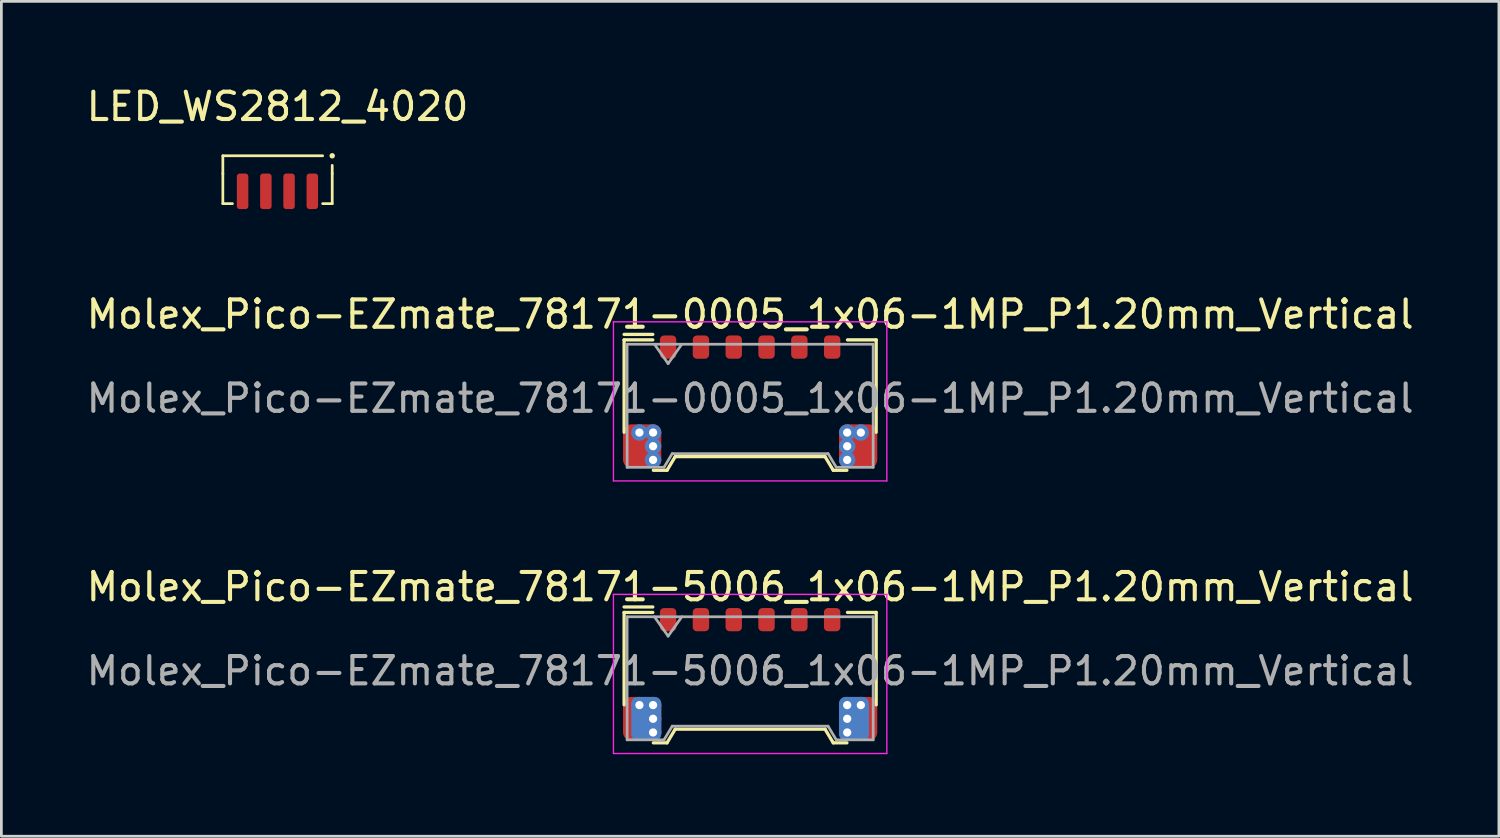
<source format=kicad_pcb>
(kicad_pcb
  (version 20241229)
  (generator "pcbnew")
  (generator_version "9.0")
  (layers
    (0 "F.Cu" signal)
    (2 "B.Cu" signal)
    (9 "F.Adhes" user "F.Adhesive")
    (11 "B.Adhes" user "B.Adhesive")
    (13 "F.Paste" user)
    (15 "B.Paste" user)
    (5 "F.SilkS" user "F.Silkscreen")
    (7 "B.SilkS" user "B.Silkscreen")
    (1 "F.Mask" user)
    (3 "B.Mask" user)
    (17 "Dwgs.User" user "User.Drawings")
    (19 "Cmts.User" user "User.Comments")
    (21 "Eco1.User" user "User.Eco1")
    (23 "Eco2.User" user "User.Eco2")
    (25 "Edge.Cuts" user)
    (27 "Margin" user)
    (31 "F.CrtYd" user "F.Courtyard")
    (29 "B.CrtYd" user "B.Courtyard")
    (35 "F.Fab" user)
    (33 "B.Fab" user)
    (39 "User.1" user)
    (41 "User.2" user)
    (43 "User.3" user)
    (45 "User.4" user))
  (footprint "Molex_Pico-EZmate_78171-0005_1x06-1MP_P1.20mm_Vertical"
    (layer "F.Cu")
    (at 24.387 11.521)
    (property "Reference" "Molex_Pico-EZmate_78171-0005_1x06-1MP_P1.20mm_Vertical" (at 0 -3.075 0) (layer "F.SilkS") (effects (font (size 1 1) (thickness 0.15))))
    (attr smd)
    (fp_line (start -4.61 -2.14) (end -3.56 -2.14) (stroke (width 0.12) (type solid)) (layer "F.SilkS"))
    (fp_line (start -4.61 1.24) (end -4.61 -2.14) (stroke (width 0.12) (type solid)) (layer "F.SilkS"))
    (fp_line (start -3.56 -2.34) (end -4.61 -2.34) (stroke (width 0.12) (type default)) (layer "F.SilkS"))
    (fp_line (start -3.54 2.63) (end -3.04 2.63) (stroke (width 0.12) (type solid)) (layer "F.SilkS"))
    (fp_line (start -3.04 2.63) (end -2.74 2.13) (stroke (width 0.12) (type solid)) (layer "F.SilkS"))
    (fp_line (start -2.74 2.13) (end 2.74 2.13) (stroke (width 0.12) (type solid)) (layer "F.SilkS"))
    (fp_line (start 2.74 2.13) (end 3.04 2.63) (stroke (width 0.12) (type solid)) (layer "F.SilkS"))
    (fp_line (start 3.04 2.63) (end 3.54 2.63) (stroke (width 0.12) (type solid)) (layer "F.SilkS"))
    (fp_line (start 4.61 -2.14) (end 3.56 -2.14) (stroke (width 0.12) (type solid)) (layer "F.SilkS"))
    (fp_line (start 4.61 1.24) (end 4.61 -2.14) (stroke (width 0.12) (type solid)) (layer "F.SilkS"))
    (fp_line (start -5 -2.8) (end -5 3.02) (stroke (width 0.05) (type solid)) (layer "F.CrtYd"))
    (fp_line (start -5 3.02) (end 5 3.02) (stroke (width 0.05) (type solid)) (layer "F.CrtYd"))
    (fp_line (start 5 -2.8) (end -5 -2.8) (stroke (width 0.05) (type solid)) (layer "F.CrtYd"))
    (fp_line (start 5 3.02) (end 5 -2.8) (stroke (width 0.05) (type solid)) (layer "F.CrtYd"))
    (fp_line (start -4.5 -1.98) (end -4.5 2.52) (stroke (width 0.1) (type solid)) (layer "F.Fab"))
    (fp_line (start -4.5 -1.98) (end 4.5 -1.98) (stroke (width 0.1) (type solid)) (layer "F.Fab"))
    (fp_line (start -4.5 2.52) (end -3.15 2.52) (stroke (width 0.1) (type solid)) (layer "F.Fab"))
    (fp_line (start -3.5 -1.98) (end -3 -1.273) (stroke (width 0.1) (type solid)) (layer "F.Fab"))
    (fp_line (start -3.15 2.52) (end -2.85 2.02) (stroke (width 0.1) (type solid)) (layer "F.Fab"))
    (fp_line (start -3 -1.273) (end -2.5 -1.98) (stroke (width 0.1) (type solid)) (layer "F.Fab"))
    (fp_line (start -2.85 2.02) (end 2.85 2.02) (stroke (width 0.1) (type solid)) (layer "F.Fab"))
    (fp_line (start 2.85 2.02) (end 3.15 2.52) (stroke (width 0.1) (type solid)) (layer "F.Fab"))
    (fp_line (start 3.15 2.52) (end 4.5 2.52) (stroke (width 0.1) (type solid)) (layer "F.Fab"))
    (fp_line (start 4.5 -1.98) (end 4.5 2.52) (stroke (width 0.1) (type solid)) (layer "F.Fab"))
    (fp_text user "${REFERENCE}" (at 0 0 0) (layer "F.Fab") (effects (font (size 1 1) (thickness 0.15))))
    (pad "1" smd roundrect (at -3 -1.875) (size 0.6 0.85) (layers "F.Cu" "F.Mask" "F.Paste") (roundrect_rratio 0.25))
    (pad "2" smd roundrect (at -1.8 -1.875) (size 0.6 0.85) (layers "F.Cu" "F.Mask" "F.Paste") (roundrect_rratio 0.25))
    (pad "3" smd roundrect (at -0.6 -1.875) (size 0.6 0.85) (layers "F.Cu" "F.Mask" "F.Paste") (roundrect_rratio 0.25))
    (pad "4" smd roundrect (at 0.6 -1.875) (size 0.6 0.85) (layers "F.Cu" "F.Mask" "F.Paste") (roundrect_rratio 0.25))
    (pad "5" smd roundrect (at 1.8 -1.875) (size 0.6 0.85) (layers "F.Cu" "F.Mask" "F.Paste") (roundrect_rratio 0.25))
    (pad "6" smd roundrect (at 3 -1.875) (size 0.6 0.85) (layers "F.Cu" "F.Mask" "F.Paste") (roundrect_rratio 0.25))
    (pad "MP" smd roundrect (at -4.15 1.9) (size 0.7 0.8) (layers "F.Cu" "F.Mask" "F.Paste") (roundrect_rratio 0.25))
    (pad "MP" thru_hole circle (at -4.05 1.25) (size 0.6 0.6) (drill 0.3) (layers "*.Cu"))
    (pad "MP" thru_hole circle (at -3.55 1.25) (size 0.6 0.6) (drill 0.3) (layers "*.Cu"))
    (pad "MP" thru_hole circle (at -3.55 1.75) (size 0.6 0.6) (drill 0.3) (layers "*.Cu"))
    (pad "MP" thru_hole circle (at -3.55 2.25) (size 0.6 0.6) (drill 0.3) (layers "*.Cu"))
    (pad "MP" thru_hole circle (at 3.55 1.25) (size 0.6 0.6) (drill 0.3) (layers "*.Cu"))
    (pad "MP" thru_hole circle (at 3.55 1.75) (size 0.6 0.6) (drill 0.3) (layers "*.Cu"))
    (pad "MP" thru_hole circle (at 3.55 2.25) (size 0.6 0.6) (drill 0.3) (layers "*.Cu"))
    (pad "MP" thru_hole circle (at 4.05 1.25) (size 0.6 0.6) (drill 0.3) (layers "*.Cu"))
    (pad "MP" smd roundrect (at 4.15 1.9) (size 0.7 0.8) (layers "F.Cu" "F.Mask" "F.Paste") (roundrect_rratio 0.25))
    (pad "MP0" smd roundrect (at -3.95 1.75) (size 1.4 1.6) (layers "F.Cu") (roundrect_rratio 0.214))
    (pad "MP0" smd roundrect (at 3.95 1.75) (size 1.4 1.6) (layers "F.Cu") (roundrect_rratio 0.214)))
  (footprint "Molex_Pico-EZmate_78171-5006_1x06-1MP_P1.20mm_Vertical"
    (layer "F.Cu")
    (at 24.387 21.49)
    (property "Reference" "Molex_Pico-EZmate_78171-5006_1x06-1MP_P1.20mm_Vertical" (at 0 -3.075 0) (layer "F.SilkS") (effects (font (size 1 1) (thickness 0.15))))
    (attr smd)
    (fp_line (start -4.61 -2.14) (end -3.56 -2.14) (stroke (width 0.12) (type solid)) (layer "F.SilkS"))
    (fp_line (start -4.61 1.24) (end -4.61 -2.14) (stroke (width 0.12) (type solid)) (layer "F.SilkS"))
    (fp_line (start -3.56 -2.34) (end -4.61 -2.34) (stroke (width 0.12) (type default)) (layer "F.SilkS"))
    (fp_line (start -3.54 2.63) (end -3.04 2.63) (stroke (width 0.12) (type solid)) (layer "F.SilkS"))
    (fp_line (start -3.04 2.63) (end -2.74 2.13) (stroke (width 0.12) (type solid)) (layer "F.SilkS"))
    (fp_line (start -2.74 2.13) (end 2.74 2.13) (stroke (width 0.12) (type solid)) (layer "F.SilkS"))
    (fp_line (start 2.74 2.13) (end 3.04 2.63) (stroke (width 0.12) (type solid)) (layer "F.SilkS"))
    (fp_line (start 3.04 2.63) (end 3.54 2.63) (stroke (width 0.12) (type solid)) (layer "F.SilkS"))
    (fp_line (start 4.61 -2.14) (end 3.56 -2.14) (stroke (width 0.12) (type solid)) (layer "F.SilkS"))
    (fp_line (start 4.61 1.24) (end 4.61 -2.14) (stroke (width 0.12) (type solid)) (layer "F.SilkS"))
    (fp_line (start -5 -2.8) (end -5 3.02) (stroke (width 0.05) (type solid)) (layer "F.CrtYd"))
    (fp_line (start -5 3.02) (end 5 3.02) (stroke (width 0.05) (type solid)) (layer "F.CrtYd"))
    (fp_line (start 5 -2.8) (end -5 -2.8) (stroke (width 0.05) (type solid)) (layer "F.CrtYd"))
    (fp_line (start 5 3.02) (end 5 -2.8) (stroke (width 0.05) (type solid)) (layer "F.CrtYd"))
    (fp_line (start -4.5 -1.98) (end -4.5 2.52) (stroke (width 0.1) (type solid)) (layer "F.Fab"))
    (fp_line (start -4.5 -1.98) (end 4.5 -1.98) (stroke (width 0.1) (type solid)) (layer "F.Fab"))
    (fp_line (start -4.5 2.52) (end -3.15 2.52) (stroke (width 0.1) (type solid)) (layer "F.Fab"))
    (fp_line (start -3.5 -1.98) (end -3 -1.273) (stroke (width 0.1) (type solid)) (layer "F.Fab"))
    (fp_line (start -3.15 2.52) (end -2.85 2.02) (stroke (width 0.1) (type solid)) (layer "F.Fab"))
    (fp_line (start -3 -1.273) (end -2.5 -1.98) (stroke (width 0.1) (type solid)) (layer "F.Fab"))
    (fp_line (start -2.85 2.02) (end 2.85 2.02) (stroke (width 0.1) (type solid)) (layer "F.Fab"))
    (fp_line (start 2.85 2.02) (end 3.15 2.52) (stroke (width 0.1) (type solid)) (layer "F.Fab"))
    (fp_line (start 3.15 2.52) (end 4.5 2.52) (stroke (width 0.1) (type solid)) (layer "F.Fab"))
    (fp_line (start 4.5 -1.98) (end 4.5 2.52) (stroke (width 0.1) (type solid)) (layer "F.Fab"))
    (fp_text user "${REFERENCE}" (at 0 0 0) (layer "F.Fab") (effects (font (size 1 1) (thickness 0.15))))
    (pad "1" smd roundrect (at -3 -1.875) (size 0.6 0.85) (layers "F.Cu" "F.Mask" "F.Paste") (roundrect_rratio 0.25))
    (pad "2" smd roundrect (at -1.8 -1.875) (size 0.6 0.85) (layers "F.Cu" "F.Mask" "F.Paste") (roundrect_rratio 0.25))
    (pad "3" smd roundrect (at -0.6 -1.875) (size 0.6 0.85) (layers "F.Cu" "F.Mask" "F.Paste") (roundrect_rratio 0.25))
    (pad "4" smd roundrect (at 0.6 -1.875) (size 0.6 0.85) (layers "F.Cu" "F.Mask" "F.Paste") (roundrect_rratio 0.25))
    (pad "5" smd roundrect (at 1.8 -1.875) (size 0.6 0.85) (layers "F.Cu" "F.Mask" "F.Paste") (roundrect_rratio 0.25))
    (pad "6" smd roundrect (at 3 -1.875) (size 0.6 0.85) (layers "F.Cu" "F.Mask" "F.Paste") (roundrect_rratio 0.25))
    (pad "MP" smd roundrect (at -4.15 1.9) (size 0.7 0.8) (layers "F.Cu" "F.Mask" "F.Paste") (roundrect_rratio 0.25))
    (pad "MP" thru_hole circle (at -4.05 1.25) (size 0.6 0.6) (drill 0.3) (layers "*.Cu"))
    (pad "MP" smd roundrect (at -3.95 1.75) (size 1.4 1.6) (layers "F.Cu") (roundrect_rratio 0.214))
    (pad "MP" smd roundrect (at -3.8 1.75) (size 1.1 1.6) (layers "B.Cu") (roundrect_rratio 0.214))
    (pad "MP" thru_hole circle (at -3.55 1.25) (size 0.6 0.6) (drill 0.3) (layers "*.Cu"))
    (pad "MP" thru_hole circle (at -3.55 1.75) (size 0.6 0.6) (drill 0.3) (layers "*.Cu"))
    (pad "MP" thru_hole circle (at -3.55 2.25) (size 0.6 0.6) (drill 0.3) (layers "*.Cu"))
    (pad "MP" thru_hole circle (at 3.55 1.25) (size 0.6 0.6) (drill 0.3) (layers "*.Cu"))
    (pad "MP" thru_hole circle (at 3.55 1.75) (size 0.6 0.6) (drill 0.3) (layers "*.Cu"))
    (pad "MP" thru_hole circle (at 3.55 2.25) (size 0.6 0.6) (drill 0.3) (layers "*.Cu"))
    (pad "MP" smd roundrect (at 3.8 1.75) (size 1.1 1.6) (layers "B.Cu") (roundrect_rratio 0.214))
    (pad "MP" smd roundrect (at 3.95 1.75) (size 1.4 1.6) (layers "F.Cu") (roundrect_rratio 0.214))
    (pad "MP" thru_hole circle (at 4.05 1.25) (size 0.6 0.6) (drill 0.3) (layers "*.Cu"))
    (pad "MP" smd roundrect (at 4.15 1.9) (size 0.7 0.8) (layers "F.Cu" "F.Mask" "F.Paste") (roundrect_rratio 0.25)))
  (footprint "LED_WS2812_4020"
    (layer "F.Cu")
    (at 7.101 3.298)
    (property "Reference" "LED_WS2812_4020" (at 0 -2.45 0) (layer "F.SilkS") (effects (font (size 1 1) (thickness 0.15))))
    (attr smd)
    (fp_line (start -2 -0.65) (end 1.65 -0.65) (stroke (width 0.1) (type default)) (layer "F.SilkS"))
    (fp_line (start -2 0) (end -2 -0.65) (stroke (width 0.1) (type default)) (layer "F.SilkS"))
    (fp_line (start -2 0) (end -2 1.1) (stroke (width 0.1) (type default)) (layer "F.SilkS"))
    (fp_line (start -2 1.1) (end -1.65 1.1) (stroke (width 0.1) (type default)) (layer "F.SilkS"))
    (fp_line (start 1.65 1.1) (end 2 1.1) (stroke (width 0.1) (type default)) (layer "F.SilkS"))
    (fp_line (start 2 0) (end 2 -0.3) (stroke (width 0.1) (type default)) (layer "F.SilkS"))
    (fp_line (start 2 0) (end 2 1.1) (stroke (width 0.1) (type default)) (layer "F.SilkS"))
    (fp_circle (center 2 -0.65) (end 2.05 -0.65) (stroke (width 0.1) (type default)) (fill no) (layer "F.SilkS"))
    (pad "1" smd roundrect (at 1.272 0.65 180) (size 0.42 1.3) (layers "F.Cu" "F.Mask" "F.Paste") (roundrect_rratio 0.25))
    (pad "2" smd roundrect (at 0.422 0.65 180) (size 0.42 1.3) (layers "F.Cu" "F.Mask" "F.Paste") (roundrect_rratio 0.25))
    (pad "3" smd roundrect (at -0.427 0.65 180) (size 0.42 1.3) (layers "F.Cu" "F.Mask" "F.Paste") (roundrect_rratio 0.25))
    (pad "4" smd roundrect (at -1.278 0.65 180) (size 0.42 1.3) (layers "F.Cu" "F.Mask" "F.Paste") (roundrect_rratio 0.25)))
  (gr_rect
    (start -3 -3)
    (end 51.774 27.535)
    (stroke (width 0.1) (type default))
    (fill no)
    (layer "Edge.Cuts")))
</source>
